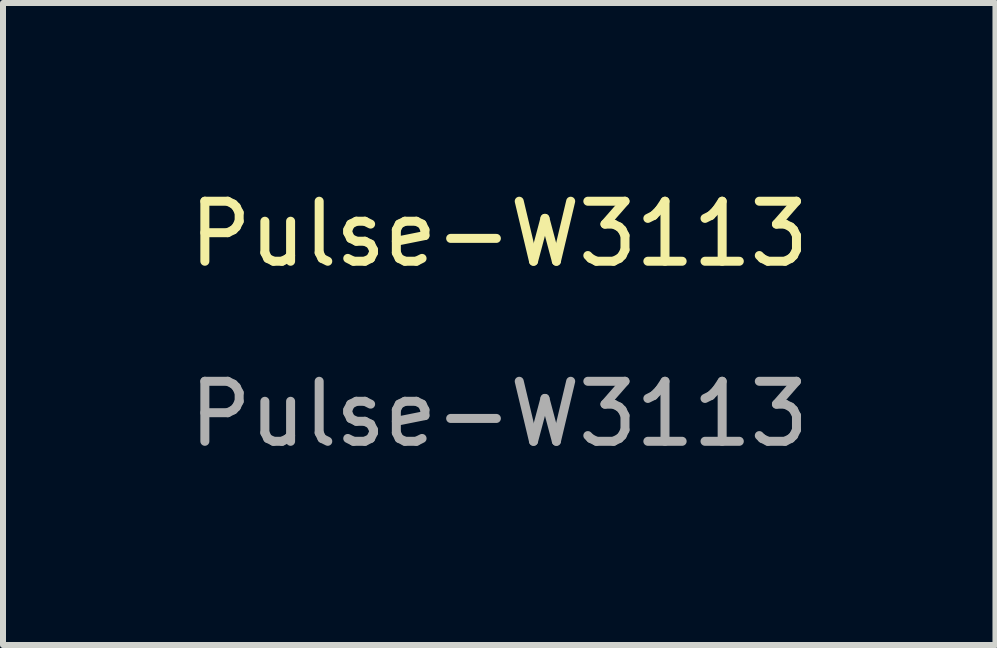
<source format=kicad_pcb>
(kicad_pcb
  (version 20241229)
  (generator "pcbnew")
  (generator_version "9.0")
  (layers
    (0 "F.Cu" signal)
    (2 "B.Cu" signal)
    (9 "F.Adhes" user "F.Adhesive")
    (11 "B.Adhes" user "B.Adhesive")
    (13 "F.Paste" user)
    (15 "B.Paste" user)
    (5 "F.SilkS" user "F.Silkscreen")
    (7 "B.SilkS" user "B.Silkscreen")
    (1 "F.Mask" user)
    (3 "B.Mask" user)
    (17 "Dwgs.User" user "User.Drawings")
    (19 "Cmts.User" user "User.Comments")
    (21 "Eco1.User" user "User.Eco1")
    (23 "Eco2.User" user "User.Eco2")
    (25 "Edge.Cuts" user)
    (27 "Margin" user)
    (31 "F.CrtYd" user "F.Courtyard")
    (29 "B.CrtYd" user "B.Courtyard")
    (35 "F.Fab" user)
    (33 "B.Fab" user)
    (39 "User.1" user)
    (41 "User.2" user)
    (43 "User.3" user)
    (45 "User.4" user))
  (footprint "Pulse-W3113"
    (layer "F.Cu")
    (at 5.268 1.348)
    (property "Reference" "Pulse-W3113" (at 0 -0.5 0) (unlocked yes) (layer "F.SilkS") (effects (font (size 1 1) (thickness 0.15))))
    (attr smd)
    (fp_text user "${REFERENCE}" (at 0 2.5 0) (unlocked yes) (layer "F.Fab") (effects (font (size 1 1) (thickness 0.15)))))
  (gr_rect
    (start -3 -3)
    (end 13.536 7.697)
    (stroke (width 0.1) (type default))
    (fill no)
    (layer "Edge.Cuts")))
</source>
